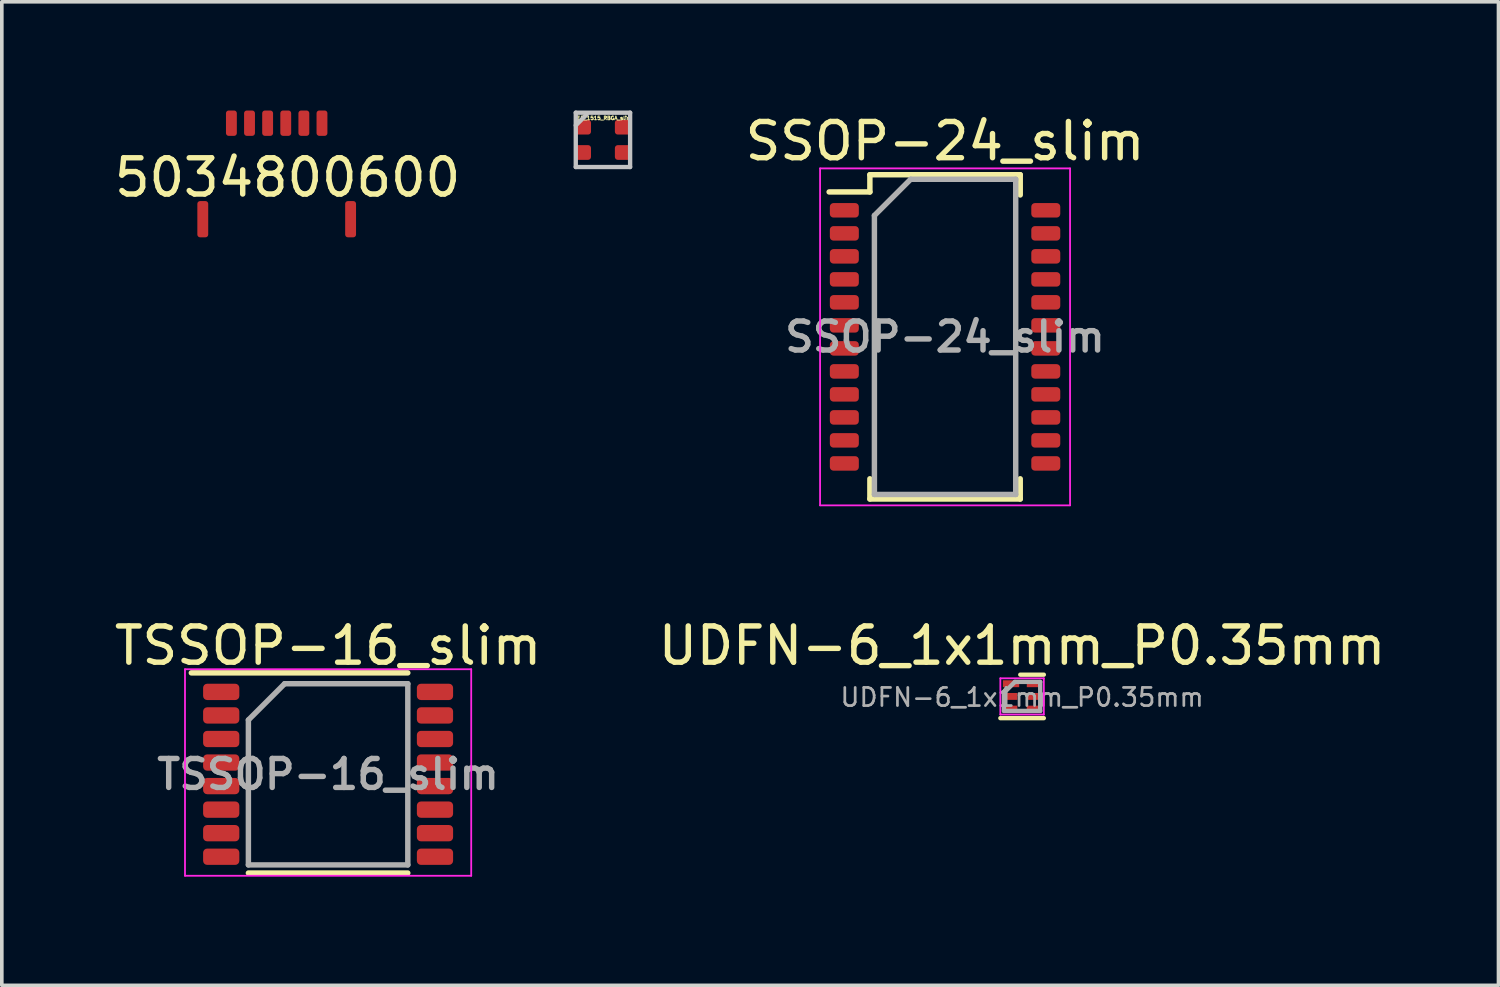
<source format=kicad_pcb>
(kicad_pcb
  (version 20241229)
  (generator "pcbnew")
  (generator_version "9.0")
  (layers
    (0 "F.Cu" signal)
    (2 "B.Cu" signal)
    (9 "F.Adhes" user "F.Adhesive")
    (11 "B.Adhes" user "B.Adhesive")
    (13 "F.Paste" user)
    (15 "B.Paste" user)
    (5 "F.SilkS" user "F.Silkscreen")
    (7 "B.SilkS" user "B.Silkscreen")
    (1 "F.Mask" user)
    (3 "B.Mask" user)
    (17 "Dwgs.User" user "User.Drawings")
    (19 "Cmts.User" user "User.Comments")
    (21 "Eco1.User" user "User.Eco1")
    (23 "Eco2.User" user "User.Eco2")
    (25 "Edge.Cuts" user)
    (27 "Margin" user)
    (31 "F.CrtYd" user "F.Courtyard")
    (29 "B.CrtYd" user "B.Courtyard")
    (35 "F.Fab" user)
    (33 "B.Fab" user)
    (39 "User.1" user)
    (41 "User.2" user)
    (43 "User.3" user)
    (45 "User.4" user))
  (footprint "5034800600"
    (layer "F.Cu")
    (at 4.587 0.35)
    (property "Reference" "5034800600" (at 0.3 1.5 0) (layer "F.SilkS") (effects (font (size 1 1) (thickness 0.15))))
    (attr through_hole)
    (pad "1" smd roundrect (at -1.25 0) (size 0.3 0.7) (layers "F.Cu" "F.Mask" "F.Paste") (roundrect_rratio 0.25))
    (pad "2" smd roundrect (at -0.75 0) (size 0.3 0.7) (layers "F.Cu" "F.Mask" "F.Paste") (roundrect_rratio 0.25))
    (pad "3" smd roundrect (at -0.25 0) (size 0.3 0.7) (layers "F.Cu" "F.Mask" "F.Paste") (roundrect_rratio 0.25))
    (pad "4" smd roundrect (at 0.25 0) (size 0.3 0.7) (layers "F.Cu" "F.Mask" "F.Paste") (roundrect_rratio 0.25))
    (pad "5" smd roundrect (at 0.75 0) (size 0.3 0.7) (layers "F.Cu" "F.Mask" "F.Paste") (roundrect_rratio 0.25))
    (pad "6" smd roundrect (at 1.25 0) (size 0.3 0.7) (layers "F.Cu" "F.Mask" "F.Paste") (roundrect_rratio 0.25))
    (pad "SH" smd roundrect (at -2.04 2.65) (size 0.3 1) (layers "F.Cu" "F.Mask" "F.Paste") (roundrect_rratio 0.25))
    (pad "SH" smd roundrect (at 2.04 2.65) (size 0.3 1) (layers "F.Cu" "F.Mask" "F.Paste") (roundrect_rratio 0.25)))
  (footprint "TSSOP-16_slim"
    (layer "F.Cu")
    (at 6.006 18.322)
    (property "Reference" "TSSOP-16_slim" (at 0 -3.55 0) (layer "F.SilkS") (effects (font (size 1 1) (thickness 0.15))))
    (attr smd)
    (fp_line (start -3.775 -2.8) (end 2.2 -2.8) (stroke (width 0.15) (type solid)) (layer "F.SilkS"))
    (fp_line (start -2.2 2.725) (end 2.2 2.725) (stroke (width 0.15) (type solid)) (layer "F.SilkS"))
    (fp_line (start -3.95 -2.9) (end -3.95 2.8) (stroke (width 0.05) (type solid)) (layer "F.CrtYd"))
    (fp_line (start -3.95 -2.9) (end 3.95 -2.9) (stroke (width 0.05) (type solid)) (layer "F.CrtYd"))
    (fp_line (start -3.95 2.8) (end 3.95 2.8) (stroke (width 0.05) (type solid)) (layer "F.CrtYd"))
    (fp_line (start 3.95 -2.9) (end 3.95 2.8) (stroke (width 0.05) (type solid)) (layer "F.CrtYd"))
    (fp_line (start -2.2 -1.5) (end -1.2 -2.5) (stroke (width 0.15) (type solid)) (layer "F.Fab"))
    (fp_line (start -2.2 2.5) (end -2.2 -1.5) (stroke (width 0.15) (type solid)) (layer "F.Fab"))
    (fp_line (start -1.2 -2.5) (end 2.2 -2.5) (stroke (width 0.15) (type solid)) (layer "F.Fab"))
    (fp_line (start 2.2 -2.5) (end 2.2 2.5) (stroke (width 0.15) (type solid)) (layer "F.Fab"))
    (fp_line (start 2.2 2.5) (end -2.2 2.5) (stroke (width 0.15) (type solid)) (layer "F.Fab"))
    (fp_text user "${REFERENCE}" (at 0 0 0) (layer "F.Fab") (effects (font (size 0.8 0.8) (thickness 0.15))))
    (pad "1" smd roundrect (at -2.95 -2.275) (size 1 0.45) (layers "F.Cu" "F.Mask" "F.Paste") (roundrect_rratio 0.25))
    (pad "2" smd roundrect (at -2.95 -1.625) (size 1 0.45) (layers "F.Cu" "F.Mask" "F.Paste") (roundrect_rratio 0.25))
    (pad "3" smd roundrect (at -2.95 -0.975) (size 1 0.45) (layers "F.Cu" "F.Mask" "F.Paste") (roundrect_rratio 0.25))
    (pad "4" smd roundrect (at -2.95 -0.325) (size 1 0.45) (layers "F.Cu" "F.Mask" "F.Paste") (roundrect_rratio 0.25))
    (pad "5" smd roundrect (at -2.95 0.325) (size 1 0.45) (layers "F.Cu" "F.Mask" "F.Paste") (roundrect_rratio 0.25))
    (pad "6" smd roundrect (at -2.95 0.975) (size 1 0.45) (layers "F.Cu" "F.Mask" "F.Paste") (roundrect_rratio 0.25))
    (pad "7" smd roundrect (at -2.95 1.625) (size 1 0.45) (layers "F.Cu" "F.Mask" "F.Paste") (roundrect_rratio 0.25))
    (pad "8" smd roundrect (at -2.95 2.275) (size 1 0.45) (layers "F.Cu" "F.Mask" "F.Paste") (roundrect_rratio 0.25))
    (pad "9" smd roundrect (at 2.95 2.275) (size 1 0.45) (layers "F.Cu" "F.Mask" "F.Paste") (roundrect_rratio 0.25))
    (pad "10" smd roundrect (at 2.95 1.625) (size 1 0.45) (layers "F.Cu" "F.Mask" "F.Paste") (roundrect_rratio 0.25))
    (pad "11" smd roundrect (at 2.95 0.975) (size 1 0.45) (layers "F.Cu" "F.Mask" "F.Paste") (roundrect_rratio 0.25))
    (pad "12" smd roundrect (at 2.95 0.325) (size 1 0.45) (layers "F.Cu" "F.Mask" "F.Paste") (roundrect_rratio 0.25))
    (pad "13" smd roundrect (at 2.95 -0.325) (size 1 0.45) (layers "F.Cu" "F.Mask" "F.Paste") (roundrect_rratio 0.25))
    (pad "14" smd roundrect (at 2.95 -0.975) (size 1 0.45) (layers "F.Cu" "F.Mask" "F.Paste") (roundrect_rratio 0.25))
    (pad "15" smd roundrect (at 2.95 -1.625) (size 1 0.45) (layers "F.Cu" "F.Mask" "F.Paste") (roundrect_rratio 0.25))
    (pad "16" smd roundrect (at 2.95 -2.275) (size 1 0.45) (layers "F.Cu" "F.Mask" "F.Paste") (roundrect_rratio 0.25)))
  (footprint "LED_1515_RBGA_slim"
    (layer "F.Cu")
    (at 13.592 0.81)
    (property "Reference" "LED_1515_RBGA_slim" (at 0 -0.6 180) (layer "F.SilkS") (effects (font (size 0.1 0.1) (thickness 0.025))))
    (attr through_hole)
    (fp_line (start -0.75 -0.75) (end -0.75 0.75) (stroke (width 0.12) (type solid)) (layer "Dwgs.User"))
    (fp_line (start -0.75 -0.4) (end -0.45 -0.7) (stroke (width 0.12) (type solid)) (layer "Dwgs.User"))
    (fp_line (start -0.75 0.75) (end 0.75 0.75) (stroke (width 0.12) (type solid)) (layer "Dwgs.User"))
    (fp_line (start 0.75 -0.75) (end -0.75 -0.75) (stroke (width 0.12) (type solid)) (layer "Dwgs.User"))
    (fp_line (start 0.75 0.75) (end 0.75 -0.75) (stroke (width 0.12) (type solid)) (layer "Dwgs.User"))
    (pad "1" smd roundrect (at -0.551 0.349 180) (size 0.443 0.406) (layers "F.Cu" "F.Mask" "F.Paste") (roundrect_rratio 0.197))
    (pad "2" smd roundrect (at -0.551 -0.349 180) (size 0.443 0.406) (layers "F.Cu" "F.Mask" "F.Paste") (roundrect_rratio 0.197))
    (pad "3" smd roundrect (at 0.551 0.349 180) (size 0.443 0.406) (layers "F.Cu" "F.Mask" "F.Paste") (roundrect_rratio 0.197))
    (pad "4" smd roundrect (at 0.551 -0.349 180) (size 0.443 0.406) (layers "F.Cu" "F.Mask" "F.Paste") (roundrect_rratio 0.197)))
  (footprint "UDFN-6_1x1mm_P0.35mm"
    (layer "F.Cu")
    (at 25.161 16.172)
    (property "Reference" "UDFN-6_1x1mm_P0.35mm" (at 0 -1.4 0) (layer "F.SilkS") (effects (font (size 1 1) (thickness 0.15))))
    (attr smd)
    (fp_line (start -0.6 0.6) (end 0.6 0.6) (stroke (width 0.12) (type solid)) (layer "F.SilkS"))
    (fp_line (start -0.05 -0.6) (end 0.6 -0.6) (stroke (width 0.12) (type solid)) (layer "F.SilkS"))
    (fp_line (start -0.6 -0.5) (end -0.6 0.5) (stroke (width 0.05) (type solid)) (layer "F.CrtYd"))
    (fp_line (start -0.6 -0.5) (end 0.6 -0.5) (stroke (width 0.05) (type solid)) (layer "F.CrtYd"))
    (fp_line (start 0.6 0.5) (end -0.6 0.5) (stroke (width 0.05) (type solid)) (layer "F.CrtYd"))
    (fp_line (start 0.6 0.5) (end 0.6 -0.5) (stroke (width 0.05) (type solid)) (layer "F.CrtYd"))
    (fp_line (start -0.5 -0.1) (end -0.5 0.4) (stroke (width 0.12) (type solid)) (layer "F.Fab"))
    (fp_line (start -0.5 0.4) (end 0.5 0.4) (stroke (width 0.12) (type solid)) (layer "F.Fab"))
    (fp_line (start -0.2 -0.4) (end -0.5 -0.1) (stroke (width 0.12) (type solid)) (layer "F.Fab"))
    (fp_line (start 0.5 -0.4) (end -0.2 -0.4) (stroke (width 0.12) (type solid)) (layer "F.Fab"))
    (fp_line (start 0.5 0.4) (end 0.5 -0.4) (stroke (width 0.12) (type solid)) (layer "F.Fab"))
    (fp_text user "${REFERENCE}" (at 0 0.025 0) (layer "F.Fab") (effects (font (size 0.5 0.5) (thickness 0.075))))
    (pad "1" smd rect (at -0.305 -0.35) (size 0.45 0.19) (layers "F.Cu" "F.Mask" "F.Paste"))
    (pad "2" smd rect (at -0.33 0) (size 0.4 0.19) (layers "F.Cu" "F.Mask" "F.Paste"))
    (pad "3" smd rect (at -0.33 0.35) (size 0.4 0.19) (layers "F.Cu" "F.Mask" "F.Paste"))
    (pad "4" smd rect (at 0.33 0.35) (size 0.4 0.19) (layers "F.Cu" "F.Mask" "F.Paste"))
    (pad "5" smd rect (at 0.33 0) (size 0.4 0.19) (layers "F.Cu" "F.Mask" "F.Paste"))
    (pad "6" smd rect (at 0.33 -0.35) (size 0.4 0.19) (layers "F.Cu" "F.Mask" "F.Paste")))
  (footprint "SSOP-24_slim"
    (layer "F.Cu")
    (at 23.035 6.248)
    (property "Reference" "SSOP-24_slim" (at 0 -5.4 0) (layer "F.SilkS") (effects (font (size 1 1) (thickness 0.15))))
    (attr smd)
    (fp_line (start -2.075 -4.475) (end -2.075 -4) (stroke (width 0.15) (type solid)) (layer "F.SilkS"))
    (fp_line (start -2.075 -4.475) (end 2.075 -4.475) (stroke (width 0.15) (type solid)) (layer "F.SilkS"))
    (fp_line (start -2.075 -4) (end -3.2 -4) (stroke (width 0.15) (type solid)) (layer "F.SilkS"))
    (fp_line (start -2.075 4.475) (end -2.075 3.917) (stroke (width 0.15) (type solid)) (layer "F.SilkS"))
    (fp_line (start -2.075 4.475) (end 2.075 4.475) (stroke (width 0.15) (type solid)) (layer "F.SilkS"))
    (fp_line (start 2.075 -4.475) (end 2.075 -3.917) (stroke (width 0.15) (type solid)) (layer "F.SilkS"))
    (fp_line (start 2.075 4.475) (end 2.075 3.917) (stroke (width 0.15) (type solid)) (layer "F.SilkS"))
    (fp_line (start -3.45 -4.65) (end -3.45 4.65) (stroke (width 0.05) (type solid)) (layer "F.CrtYd"))
    (fp_line (start -3.45 -4.65) (end 3.45 -4.65) (stroke (width 0.05) (type solid)) (layer "F.CrtYd"))
    (fp_line (start -3.45 4.65) (end 3.45 4.65) (stroke (width 0.05) (type solid)) (layer "F.CrtYd"))
    (fp_line (start 3.45 -4.65) (end 3.45 4.65) (stroke (width 0.05) (type solid)) (layer "F.CrtYd"))
    (fp_line (start -1.95 -3.35) (end -0.95 -4.35) (stroke (width 0.15) (type solid)) (layer "F.Fab"))
    (fp_line (start -1.95 4.35) (end -1.95 -3.35) (stroke (width 0.15) (type solid)) (layer "F.Fab"))
    (fp_line (start -0.95 -4.35) (end 1.95 -4.35) (stroke (width 0.15) (type solid)) (layer "F.Fab"))
    (fp_line (start 1.95 -4.35) (end 1.95 4.35) (stroke (width 0.15) (type solid)) (layer "F.Fab"))
    (fp_line (start 1.95 4.35) (end -1.95 4.35) (stroke (width 0.15) (type solid)) (layer "F.Fab"))
    (fp_text user "${REFERENCE}" (at 0 0 0) (layer "F.Fab") (effects (font (size 0.8 0.8) (thickness 0.15))))
    (pad "1" smd roundrect (at -2.78 -3.493) (size 0.8 0.4) (layers "F.Cu" "F.Mask" "F.Paste") (roundrect_rratio 0.25))
    (pad "2" smd roundrect (at -2.78 -2.857) (size 0.8 0.4) (layers "F.Cu" "F.Mask" "F.Paste") (roundrect_rratio 0.25))
    (pad "3" smd roundrect (at -2.78 -2.223) (size 0.8 0.4) (layers "F.Cu" "F.Mask" "F.Paste") (roundrect_rratio 0.25))
    (pad "4" smd roundrect (at -2.78 -1.587) (size 0.8 0.4) (layers "F.Cu" "F.Mask" "F.Paste") (roundrect_rratio 0.25))
    (pad "5" smd roundrect (at -2.78 -0.953) (size 0.8 0.4) (layers "F.Cu" "F.Mask" "F.Paste") (roundrect_rratio 0.25))
    (pad "6" smd roundrect (at -2.78 -0.318) (size 0.8 0.4) (layers "F.Cu" "F.Mask" "F.Paste") (roundrect_rratio 0.25))
    (pad "7" smd roundrect (at -2.78 0.318) (size 0.8 0.4) (layers "F.Cu" "F.Mask" "F.Paste") (roundrect_rratio 0.25))
    (pad "8" smd roundrect (at -2.78 0.953) (size 0.8 0.4) (layers "F.Cu" "F.Mask" "F.Paste") (roundrect_rratio 0.25))
    (pad "9" smd roundrect (at -2.78 1.587) (size 0.8 0.4) (layers "F.Cu" "F.Mask" "F.Paste") (roundrect_rratio 0.25))
    (pad "10" smd roundrect (at -2.78 2.223) (size 0.8 0.4) (layers "F.Cu" "F.Mask" "F.Paste") (roundrect_rratio 0.25))
    (pad "11" smd roundrect (at -2.78 2.857) (size 0.8 0.4) (layers "F.Cu" "F.Mask" "F.Paste") (roundrect_rratio 0.25))
    (pad "12" smd roundrect (at -2.78 3.493) (size 0.8 0.4) (layers "F.Cu" "F.Mask" "F.Paste") (roundrect_rratio 0.25))
    (pad "13" smd roundrect (at 2.78 3.493) (size 0.8 0.4) (layers "F.Cu" "F.Mask" "F.Paste") (roundrect_rratio 0.25))
    (pad "14" smd roundrect (at 2.78 2.857) (size 0.8 0.4) (layers "F.Cu" "F.Mask" "F.Paste") (roundrect_rratio 0.25))
    (pad "15" smd roundrect (at 2.78 2.223) (size 0.8 0.4) (layers "F.Cu" "F.Mask" "F.Paste") (roundrect_rratio 0.25))
    (pad "16" smd roundrect (at 2.78 1.587) (size 0.8 0.4) (layers "F.Cu" "F.Mask" "F.Paste") (roundrect_rratio 0.25))
    (pad "17" smd roundrect (at 2.78 0.953) (size 0.8 0.4) (layers "F.Cu" "F.Mask" "F.Paste") (roundrect_rratio 0.25))
    (pad "18" smd roundrect (at 2.78 0.318) (size 0.8 0.4) (layers "F.Cu" "F.Mask" "F.Paste") (roundrect_rratio 0.25))
    (pad "19" smd roundrect (at 2.78 -0.318) (size 0.8 0.4) (layers "F.Cu" "F.Mask" "F.Paste") (roundrect_rratio 0.25))
    (pad "20" smd roundrect (at 2.78 -0.953) (size 0.8 0.4) (layers "F.Cu" "F.Mask" "F.Paste") (roundrect_rratio 0.25))
    (pad "21" smd roundrect (at 2.78 -1.587) (size 0.8 0.4) (layers "F.Cu" "F.Mask" "F.Paste") (roundrect_rratio 0.25))
    (pad "22" smd roundrect (at 2.78 -2.223) (size 0.8 0.4) (layers "F.Cu" "F.Mask" "F.Paste") (roundrect_rratio 0.25))
    (pad "23" smd roundrect (at 2.78 -2.857) (size 0.8 0.4) (layers "F.Cu" "F.Mask" "F.Paste") (roundrect_rratio 0.25))
    (pad "24" smd roundrect (at 2.78 -3.493) (size 0.8 0.4) (layers "F.Cu" "F.Mask" "F.Paste") (roundrect_rratio 0.25)))
  (gr_rect
    (start -3 -3)
    (end 38.31 24.146)
    (stroke (width 0.1) (type default))
    (fill no)
    (layer "Edge.Cuts")))
</source>
